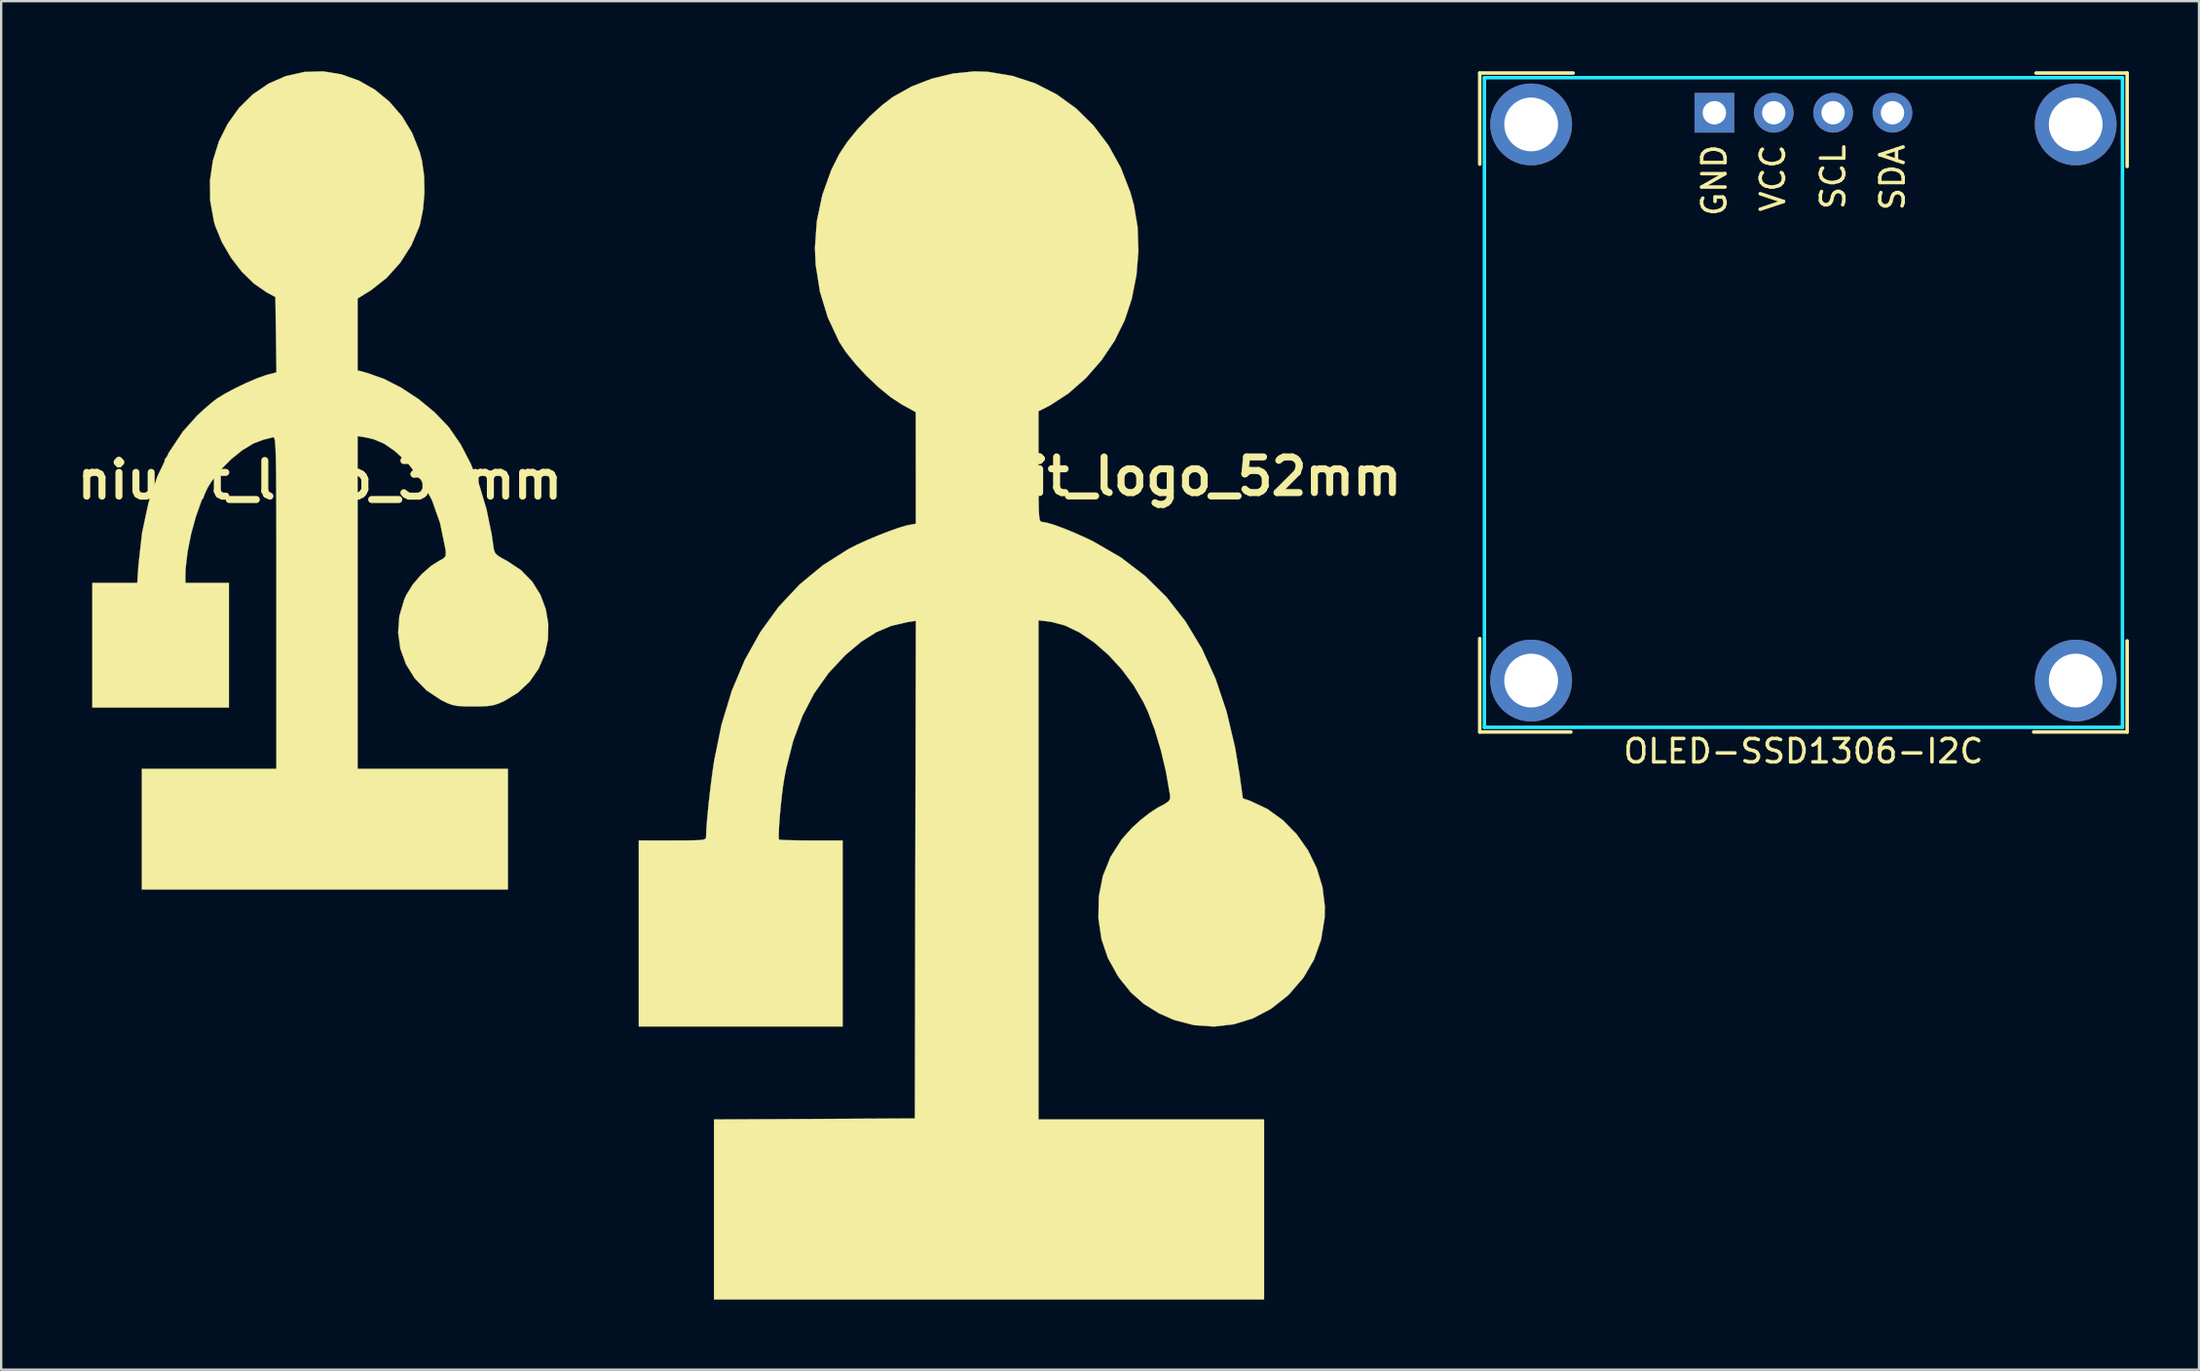
<source format=kicad_pcb>
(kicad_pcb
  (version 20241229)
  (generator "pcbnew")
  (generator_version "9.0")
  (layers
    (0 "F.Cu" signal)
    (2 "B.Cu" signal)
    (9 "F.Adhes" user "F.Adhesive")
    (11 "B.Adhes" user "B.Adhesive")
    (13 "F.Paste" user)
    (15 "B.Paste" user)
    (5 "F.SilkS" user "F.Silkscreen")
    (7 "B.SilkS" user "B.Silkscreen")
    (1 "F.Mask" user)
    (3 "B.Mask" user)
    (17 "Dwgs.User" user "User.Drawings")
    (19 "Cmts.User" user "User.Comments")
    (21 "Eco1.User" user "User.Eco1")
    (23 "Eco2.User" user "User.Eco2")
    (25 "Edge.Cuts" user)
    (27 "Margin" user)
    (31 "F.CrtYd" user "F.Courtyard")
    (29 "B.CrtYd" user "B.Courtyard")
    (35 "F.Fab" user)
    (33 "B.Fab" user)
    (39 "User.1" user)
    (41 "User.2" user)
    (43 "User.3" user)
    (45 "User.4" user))
  (footprint "niubit_logo_35mm"
    (layer "F.Cu")
    (at 10.639 17.492)
    (property "Reference" "niubit_logo_35mm" (at 0 0 0) (layer "F.SilkS") (effects (font (size 1.524 1.524) (thickness 0.3))))
    (attr through_hole)
    (fp_poly (pts (xy 0.916 -17.361) (xy 1.66 -17.096) (xy 2.352 -16.703) (xy 2.974 -16.19) (xy 3.512 -15.569) (xy 3.948 -14.848) (xy 4.268 -14.039) (xy 4.364 -13.669) (xy 4.456 -13.022) (xy 4.472 -12.307) (xy 4.413 -11.594) (xy 4.283 -10.953) (xy 4.248 -10.836) (xy 3.908 -10.037) (xy 3.434 -9.297) (xy 2.851 -8.647) (xy 2.184 -8.121) (xy 2.108 -8.074) (xy 1.609 -7.765) (xy 1.609 -4.692) (xy 2.011 -4.586) (xy 2.736 -4.329) (xy 3.486 -3.945) (xy 4.22 -3.462) (xy 4.896 -2.907) (xy 5.472 -2.31) (xy 5.529 -2.241) (xy 6.015 -1.537) (xy 6.451 -0.7) (xy 6.826 0.242) (xy 7.128 1.256) (xy 7.346 2.314) (xy 7.409 2.753) (xy 7.442 2.977) (xy 7.497 3.124) (xy 7.61 3.238) (xy 7.817 3.362) (xy 8.002 3.459) (xy 8.603 3.857) (xy 9.081 4.348) (xy 9.434 4.912) (xy 9.664 5.527) (xy 9.771 6.171) (xy 9.756 6.824) (xy 9.618 7.465) (xy 9.358 8.071) (xy 8.977 8.622) (xy 8.475 9.097) (xy 7.896 9.453) (xy 7.647 9.565) (xy 7.425 9.635) (xy 7.177 9.673) (xy 6.848 9.688) (xy 6.562 9.69) (xy 6.161 9.686) (xy 5.876 9.667) (xy 5.652 9.622) (xy 5.436 9.54) (xy 5.181 9.413) (xy 4.559 9.002) (xy 4.057 8.486) (xy 3.683 7.888) (xy 3.444 7.23) (xy 3.347 6.534) (xy 3.399 5.821) (xy 3.608 5.114) (xy 3.697 4.916) (xy 3.975 4.468) (xy 4.346 4.035) (xy 4.759 3.673) (xy 5.069 3.477) (xy 5.281 3.36) (xy 5.376 3.255) (xy 5.389 3.101) (xy 5.368 2.94) (xy 5.141 1.841) (xy 4.796 0.863) (xy 4.333 0.007) (xy 3.753 -0.728) (xy 3.695 -0.788) (xy 3.206 -1.24) (xy 2.748 -1.553) (xy 2.291 -1.747) (xy 1.968 -1.821) (xy 1.609 -1.878) (xy 1.609 12.361) (xy 8.043 12.361) (xy 8.043 17.526) (xy -7.62 17.526) (xy -7.62 12.361) (xy -1.863 12.361) (xy -1.863 5.244) (xy -1.863 3.98) (xy -1.863 2.875) (xy -1.865 1.919) (xy -1.867 1.1) (xy -1.87 0.408) (xy -1.874 -0.166) (xy -1.88 -0.635) (xy -1.888 -1.009) (xy -1.898 -1.297) (xy -1.91 -1.51) (xy -1.924 -1.66) (xy -1.941 -1.756) (xy -1.961 -1.81) (xy -1.984 -1.831) (xy -2.01 -1.83) (xy -2.011 -1.83) (xy -2.202 -1.779) (xy -2.413 -1.728) (xy -2.851 -1.562) (xy -3.326 -1.272) (xy -3.804 -0.887) (xy -4.251 -0.437) (xy -4.632 0.05) (xy -4.803 0.325) (xy -5.069 0.891) (xy -5.31 1.571) (xy -5.513 2.312) (xy -5.662 3.059) (xy -5.745 3.758) (xy -5.757 4.085) (xy -5.757 4.403) (xy -3.895 4.403) (xy -3.895 9.737) (xy -9.737 9.737) (xy -9.737 4.403) (xy -7.815 4.403) (xy -7.762 3.619) (xy -7.609 2.255) (xy -7.34 0.998) (xy -6.958 -0.147) (xy -6.464 -1.174) (xy -5.86 -2.079) (xy -5.265 -2.745) (xy -4.972 -3.018) (xy -4.669 -3.279) (xy -4.416 -3.476) (xy -4.387 -3.496) (xy -4.043 -3.707) (xy -3.607 -3.938) (xy -3.136 -4.163) (xy -2.686 -4.354) (xy -2.313 -4.486) (xy -2.261 -4.501) (xy -1.859 -4.608) (xy -1.882 -6.218) (xy -1.905 -7.829) (xy -2.286 -8.035) (xy -2.828 -8.41) (xy -3.345 -8.917) (xy -3.81 -9.522) (xy -4.198 -10.188) (xy -4.48 -10.878) (xy -4.533 -11.06) (xy -4.693 -11.94) (xy -4.705 -12.817) (xy -4.579 -13.673) (xy -4.324 -14.487) (xy -3.949 -15.242) (xy -3.464 -15.919) (xy -2.878 -16.499) (xy -2.2 -16.963) (xy -1.472 -17.282) (xy -0.667 -17.464) (xy 0.135 -17.487) (xy 0.916 -17.361)) (stroke (width 0.01) (type solid)) (fill yes) (layer "F.SilkS")))
  (footprint "OLED-SSD1306-I2C"
    (layer "F.Cu")
    (at 74.114 14.175)
    (property "Reference" "OLED-SSD1306-I2C" (at 0 14.922 0) (layer "F.SilkS") (effects (font (size 1 1) (thickness 0.15))))
    (attr through_hole)
    (fp_line (start -13.85 -14.1) (end -9.85 -14.1) (stroke (width 0.15) (type solid)) (layer "F.SilkS"))
    (fp_line (start -13.85 -10.2) (end -13.85 -14.1) (stroke (width 0.15) (type solid)) (layer "F.SilkS"))
    (fp_line (start -13.85 14.1) (end -13.85 10.1) (stroke (width 0.15) (type solid)) (layer "F.SilkS"))
    (fp_line (start -9.95 14.1) (end -13.85 14.1) (stroke (width 0.15) (type solid)) (layer "F.SilkS"))
    (fp_line (start 9.95 -14.1) (end 13.85 -14.1) (stroke (width 0.15) (type solid)) (layer "F.SilkS"))
    (fp_line (start 13.85 -14.1) (end 13.85 -10.1) (stroke (width 0.15) (type solid)) (layer "F.SilkS"))
    (fp_line (start 13.85 10.2) (end 13.85 14.1) (stroke (width 0.15) (type solid)) (layer "F.SilkS"))
    (fp_line (start 13.85 14.1) (end 9.85 14.1) (stroke (width 0.15) (type solid)) (layer "F.SilkS"))
    (fp_line (start -13.65 -13.9) (end -13.65 13.9) (stroke (width 0.15) (type solid)) (layer "B.CrtYd"))
    (fp_line (start -13.65 13.9) (end 13.65 13.9) (stroke (width 0.15) (type solid)) (layer "B.CrtYd"))
    (fp_line (start 13.65 -13.9) (end -13.65 -13.9) (stroke (width 0.15) (type solid)) (layer "B.CrtYd"))
    (fp_line (start 13.65 -13.9) (end 13.65 13.9) (stroke (width 0.15) (type solid)) (layer "B.CrtYd"))
    (fp_text user "GND" (at -3.808 -11.131 90) (layer "F.SilkS") (effects (font (size 1 1) (thickness 0.15)) (justify right)))
    (fp_text user "SCL" (at 1.272 -11.131 90) (layer "F.SilkS") (effects (font (size 1 1) (thickness 0.15)) (justify right)))
    (fp_text user "VCC" (at -1.306 -11.131 90) (layer "F.SilkS") (effects (font (size 1 1) (thickness 0.15)) (justify right)))
    (fp_text user "SDA" (at 3.812 -11.131 90) (layer "F.SilkS") (effects (font (size 1 1) (thickness 0.15)) (justify right)))
    (pad "" thru_hole circle (at -11.65 -11.9) (size 3.5 3.5) (drill 2.3) (layers "*.Cu" "*.Mask"))
    (pad "" thru_hole circle (at -11.65 11.9) (size 3.5 3.5) (drill 2.3) (layers "*.Cu" "*.Mask"))
    (pad "" thru_hole circle (at 11.65 -11.9) (size 3.5 3.5) (drill 2.3) (layers "*.Cu" "*.Mask"))
    (pad "" thru_hole circle (at 11.65 11.9) (size 3.5 3.5) (drill 2.3) (layers "*.Cu" "*.Mask"))
    (pad "1" thru_hole rect (at -3.81 -12.4) (size 1.7 1.7) (drill 1) (layers "*.Cu" "*.Mask"))
    (pad "2" thru_hole circle (at -1.27 -12.4) (size 1.7 1.7) (drill 1) (layers "*.Cu" "*.Mask"))
    (pad "3" thru_hole circle (at 1.27 -12.4) (size 1.7 1.7) (drill 1) (layers "*.Cu" "*.Mask"))
    (pad "4" thru_hole circle (at 3.81 -12.4) (size 1.7 1.7) (drill 1) (layers "*.Cu" "*.Mask")))
  (footprint "niubit_logo_52mm"
    (layer "F.Cu")
    (at 38.93 26.229)
    (property "Reference" "niubit_logo_52mm" (at 7.62 -8.89 0) (layer "F.SilkS") (effects (font (size 1.524 1.524) (thickness 0.3))))
    (attr through_hole)
    (fp_poly (pts (xy 0.277 -26.207) (xy 1.328 -26.034) (xy 2.316 -25.71) (xy 3.231 -25.241) (xy 4.064 -24.639) (xy 4.805 -23.91) (xy 5.445 -23.064) (xy 5.974 -22.109) (xy 6.383 -21.054) (xy 6.536 -20.505) (xy 6.695 -19.557) (xy 6.73 -18.541) (xy 6.645 -17.504) (xy 6.445 -16.491) (xy 6.142 -15.571) (xy 5.705 -14.687) (xy 5.143 -13.853) (xy 4.481 -13.098) (xy 3.745 -12.45) (xy 2.959 -11.937) (xy 2.815 -11.862) (xy 2.455 -11.681) (xy 2.455 -9.312) (xy 2.456 -8.617) (xy 2.458 -8.073) (xy 2.463 -7.662) (xy 2.472 -7.365) (xy 2.487 -7.163) (xy 2.509 -7.038) (xy 2.539 -6.972) (xy 2.578 -6.947) (xy 2.62 -6.943) (xy 2.83 -6.906) (xy 3.158 -6.806) (xy 3.569 -6.654) (xy 4.031 -6.463) (xy 4.51 -6.247) (xy 4.826 -6.093) (xy 5.977 -5.425) (xy 7.013 -4.634) (xy 7.936 -3.721) (xy 8.746 -2.684) (xy 9.444 -1.523) (xy 10.03 -0.236) (xy 10.504 1.178) (xy 10.868 2.719) (xy 11.05 3.818) (xy 11.198 4.885) (xy 11.505 4.992) (xy 12.245 5.339) (xy 12.915 5.823) (xy 13.501 6.421) (xy 13.987 7.112) (xy 14.359 7.874) (xy 14.604 8.682) (xy 14.707 9.516) (xy 14.696 10.008) (xy 14.545 10.936) (xy 14.244 11.785) (xy 13.792 12.559) (xy 13.187 13.262) (xy 13.106 13.34) (xy 12.4 13.895) (xy 11.629 14.301) (xy 10.812 14.554) (xy 9.966 14.651) (xy 9.11 14.592) (xy 8.261 14.372) (xy 7.62 14.09) (xy 6.961 13.681) (xy 6.41 13.194) (xy 5.92 12.586) (xy 5.848 12.481) (xy 5.422 11.715) (xy 5.15 10.909) (xy 5.02 10.03) (xy 5.019 10.026) (xy 5.035 9.091) (xy 5.209 8.209) (xy 5.539 7.388) (xy 6.019 6.637) (xy 6.454 6.149) (xy 6.811 5.824) (xy 7.189 5.527) (xy 7.528 5.302) (xy 7.593 5.266) (xy 7.866 5.119) (xy 8.019 5.013) (xy 8.082 4.911) (xy 8.085 4.776) (xy 8.071 4.676) (xy 7.907 3.739) (xy 7.689 2.818) (xy 7.43 1.954) (xy 7.143 1.191) (xy 6.964 0.804) (xy 6.533 0.062) (xy 6.021 -0.628) (xy 5.451 -1.249) (xy 4.842 -1.781) (xy 4.216 -2.208) (xy 3.594 -2.51) (xy 2.997 -2.669) (xy 2.942 -2.676) (xy 2.455 -2.733) (xy 2.455 18.627) (xy 12.107 18.627) (xy 12.107 26.331) (xy -11.43 26.331) (xy -11.43 18.628) (xy -7.133 18.606) (xy -2.836 18.584) (xy -2.815 7.936) (xy -2.793 -2.711) (xy -3.154 -2.657) (xy -3.843 -2.496) (xy -4.49 -2.223) (xy -5.126 -1.82) (xy -5.78 -1.272) (xy -5.8 -1.254) (xy -6.527 -0.478) (xy -7.139 0.386) (xy -7.643 1.351) (xy -8.044 2.432) (xy -8.349 3.64) (xy -8.432 4.084) (xy -8.484 4.428) (xy -8.534 4.834) (xy -8.58 5.267) (xy -8.618 5.694) (xy -8.645 6.081) (xy -8.66 6.392) (xy -8.658 6.593) (xy -8.645 6.651) (xy -8.552 6.664) (xy -8.319 6.675) (xy -7.976 6.683) (xy -7.552 6.688) (xy -7.267 6.689) (xy -5.927 6.689) (xy -5.927 14.647) (xy -14.647 14.647) (xy -14.647 6.689) (xy -13.208 6.689) (xy -12.684 6.688) (xy -12.306 6.684) (xy -12.049 6.674) (xy -11.891 6.655) (xy -11.807 6.623) (xy -11.774 6.575) (xy -11.768 6.508) (xy -11.768 6.498) (xy -11.756 6.203) (xy -11.724 5.78) (xy -11.675 5.27) (xy -11.615 4.713) (xy -11.546 4.149) (xy -11.475 3.619) (xy -11.423 3.276) (xy -11.107 1.728) (xy -10.671 0.293) (xy -10.118 -1.026) (xy -9.449 -2.227) (xy -8.666 -3.307) (xy -7.77 -4.264) (xy -6.763 -5.096) (xy -5.668 -5.788) (xy -5.306 -5.971) (xy -4.866 -6.171) (xy -4.392 -6.37) (xy -3.926 -6.551) (xy -3.512 -6.698) (xy -3.191 -6.792) (xy -3.111 -6.809) (xy -2.794 -6.866) (xy -2.796 -9.254) (xy -2.798 -11.642) (xy -3.41 -11.98) (xy -3.869 -12.282) (xy -4.373 -12.693) (xy -4.884 -13.174) (xy -5.364 -13.689) (xy -5.776 -14.198) (xy -6.071 -14.647) (xy -6.558 -15.688) (xy -6.896 -16.795) (xy -7.079 -17.943) (xy -7.111 -18.669) (xy -7.03 -19.818) (xy -6.794 -20.94) (xy -6.409 -22.01) (xy -6.071 -22.684) (xy -5.73 -23.2) (xy -5.284 -23.75) (xy -4.775 -24.29) (xy -4.245 -24.773) (xy -3.769 -25.134) (xy -2.977 -25.577) (xy -2.104 -25.915) (xy -1.192 -26.134) (xy -0.288 -26.224) (xy 0.277 -26.207)) (stroke (width 0.01) (type solid)) (fill yes) (layer "F.SilkS")))
  (gr_rect
    (start -3 -3)
    (end 91.039 55.565)
    (stroke (width 0.1) (type default))
    (fill no)
    (layer "Edge.Cuts")))
</source>
